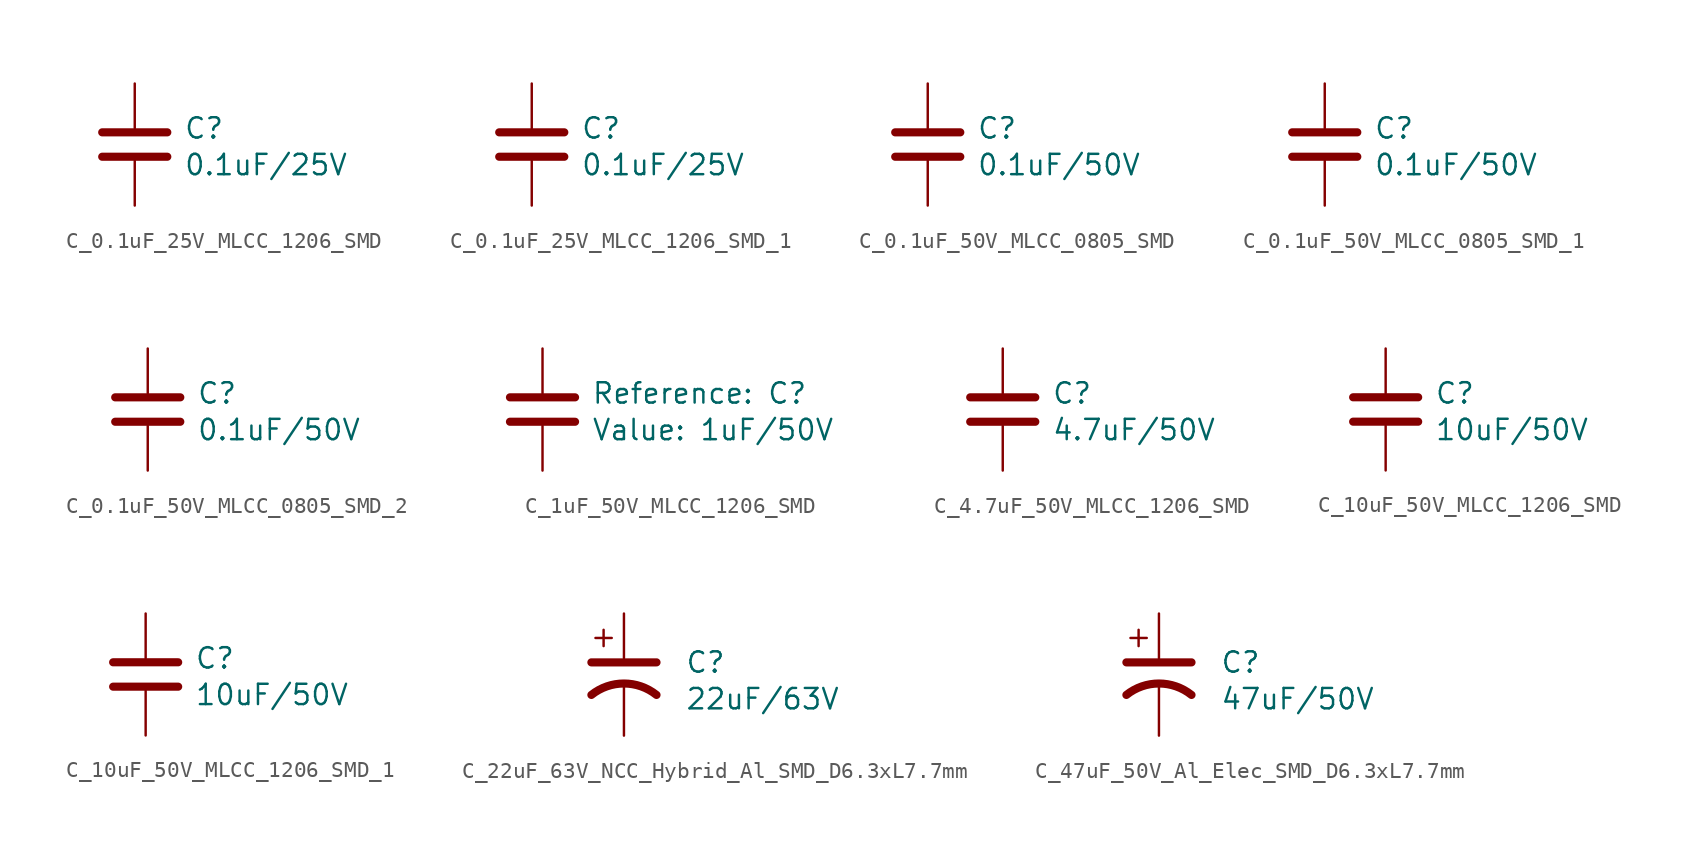
<source format=kicad_sym>
(kicad_symbol_lib
  (version 20241209)
  (generator "kicad_symbol_editor")
  (generator_version "9.0")
  (symbol "C_0.1uF_25V_MLCC_1206_SMD"
    (pin_numbers
      (hide yes))
    (pin_names
      (offset 0.254))
    (property "Reference" "C"
      (at 3.048 1.016 0)
      (effects (font (size 1.27 1.27)) (justify left)))
    (property "Value" "0.1uF/25V"
      (at 3.048 -1.27 0)
      (effects (font (size 1.27 1.27)) (justify left)))
    (symbol "C_0.1uF_25V_MLCC_1206_SMD_0_1"
      (polyline (pts (xy -2.032 0.762) (xy 2.032 0.762)) (stroke (width 0.508) (type default)) (fill (type none)))
      (polyline (pts (xy -2.032 -0.762) (xy 2.032 -0.762)) (stroke (width 0.508) (type default)) (fill (type none))))
    (symbol "C_0.1uF_25V_MLCC_1206_SMD_1_1"
      (pin passive line (at 0 3.81 270) (length 2.794) (name "~" (effects (font (size 1.27 1.27)))) (number "1" (effects (font (size 1.27 1.27)))))
      (pin passive line (at 0 -3.81 90) (length 2.794) (name "~" (effects (font (size 1.27 1.27)))) (number "2" (effects (font (size 1.27 1.27)))))))
  (symbol "C_0.1uF_25V_MLCC_1206_SMD_1"
    (pin_numbers
      (hide yes))
    (pin_names
      (offset 0.254))
    (property "Reference" "C"
      (at 3.048 1.016 0)
      (effects (font (size 1.27 1.27)) (justify left)))
    (property "Value" "0.1uF/25V"
      (at 3.048 -1.27 0)
      (effects (font (size 1.27 1.27)) (justify left)))
    (symbol "C_0.1uF_25V_MLCC_1206_SMD_1_0_1"
      (polyline (pts (xy -2.032 0.762) (xy 2.032 0.762)) (stroke (width 0.508) (type default)) (fill (type none)))
      (polyline (pts (xy -2.032 -0.762) (xy 2.032 -0.762)) (stroke (width 0.508) (type default)) (fill (type none))))
    (symbol "C_0.1uF_25V_MLCC_1206_SMD_1_1_1"
      (pin passive line (at 0 3.81 270) (length 2.794) (name "~" (effects (font (size 1.27 1.27)))) (number "1" (effects (font (size 1.27 1.27)))))
      (pin passive line (at 0 -3.81 90) (length 2.794) (name "~" (effects (font (size 1.27 1.27)))) (number "2" (effects (font (size 1.27 1.27)))))))
  (symbol "C_0.1uF_50V_MLCC_0805_SMD"
    (pin_numbers
      (hide yes))
    (pin_names
      (offset 0.254))
    (property "Reference" "C"
      (at 3.048 1.016 0)
      (effects (font (size 1.27 1.27)) (justify left)))
    (property "Value" "0.1uF/50V"
      (at 3.048 -1.27 0)
      (effects (font (size 1.27 1.27)) (justify left)))
    (symbol "C_0.1uF_50V_MLCC_0805_SMD_0_1"
      (polyline (pts (xy -2.032 0.762) (xy 2.032 0.762)) (stroke (width 0.508) (type default)) (fill (type none)))
      (polyline (pts (xy -2.032 -0.762) (xy 2.032 -0.762)) (stroke (width 0.508) (type default)) (fill (type none))))
    (symbol "C_0.1uF_50V_MLCC_0805_SMD_1_1"
      (pin passive line (at 0 3.81 270) (length 2.794) (name "~" (effects (font (size 1.27 1.27)))) (number "1" (effects (font (size 1.27 1.27)))))
      (pin passive line (at 0 -3.81 90) (length 2.794) (name "~" (effects (font (size 1.27 1.27)))) (number "2" (effects (font (size 1.27 1.27)))))))
  (symbol "C_0.1uF_50V_MLCC_0805_SMD_1"
    (pin_numbers
      (hide yes))
    (pin_names
      (offset 0.254))
    (property "Reference" "C"
      (at 3.048 1.016 0)
      (effects (font (size 1.27 1.27)) (justify left)))
    (property "Value" "0.1uF/50V"
      (at 3.048 -1.27 0)
      (effects (font (size 1.27 1.27)) (justify left)))
    (symbol "C_0.1uF_50V_MLCC_0805_SMD_1_0_1"
      (polyline (pts (xy -2.032 0.762) (xy 2.032 0.762)) (stroke (width 0.508) (type default)) (fill (type none)))
      (polyline (pts (xy -2.032 -0.762) (xy 2.032 -0.762)) (stroke (width 0.508) (type default)) (fill (type none))))
    (symbol "C_0.1uF_50V_MLCC_0805_SMD_1_1_1"
      (pin passive line (at 0 3.81 270) (length 2.794) (name "~" (effects (font (size 1.27 1.27)))) (number "1" (effects (font (size 1.27 1.27)))))
      (pin passive line (at 0 -3.81 90) (length 2.794) (name "~" (effects (font (size 1.27 1.27)))) (number "2" (effects (font (size 1.27 1.27)))))))
  (symbol "C_0.1uF_50V_MLCC_0805_SMD_2"
    (pin_numbers
      (hide yes))
    (pin_names
      (offset 0.254))
    (property "Reference" "C"
      (at 3.048 1.016 0)
      (effects (font (size 1.27 1.27)) (justify left)))
    (property "Value" "0.1uF/50V"
      (at 3.048 -1.27 0)
      (effects (font (size 1.27 1.27)) (justify left)))
    (symbol "C_0.1uF_50V_MLCC_0805_SMD_2_0_1"
      (polyline (pts (xy -2.032 0.762) (xy 2.032 0.762)) (stroke (width 0.508) (type default)) (fill (type none)))
      (polyline (pts (xy -2.032 -0.762) (xy 2.032 -0.762)) (stroke (width 0.508) (type default)) (fill (type none))))
    (symbol "C_0.1uF_50V_MLCC_0805_SMD_2_1_1"
      (pin passive line (at 0 3.81 270) (length 2.794) (name "~" (effects (font (size 1.27 1.27)))) (number "1" (effects (font (size 1.27 1.27)))))
      (pin passive line (at 0 -3.81 90) (length 2.794) (name "~" (effects (font (size 1.27 1.27)))) (number "2" (effects (font (size 1.27 1.27)))))))
  (symbol "C_1uF_50V_MLCC_1206_SMD"
    (pin_numbers
      (hide yes))
    (pin_names
      (offset 0.254))
    (property "Reference" "C"
      (at 3.048 1.016 0)
      (show_name)
      (effects (font (size 1.27 1.27)) (justify left)))
    (property "Value" "1uF/50V"
      (at 3.048 -1.27 0)
      (show_name)
      (effects (font (size 1.27 1.27)) (justify left)))
    (symbol "C_1uF_50V_MLCC_1206_SMD_0_1"
      (polyline (pts (xy -2.032 0.762) (xy 2.032 0.762)) (stroke (width 0.508) (type default)) (fill (type none)))
      (polyline (pts (xy -2.032 -0.762) (xy 2.032 -0.762)) (stroke (width 0.508) (type default)) (fill (type none))))
    (symbol "C_1uF_50V_MLCC_1206_SMD_1_1"
      (pin passive line (at 0 3.81 270) (length 2.794) (name "~" (effects (font (size 1.27 1.27)))) (number "1" (effects (font (size 1.27 1.27)))))
      (pin passive line (at 0 -3.81 90) (length 2.794) (name "~" (effects (font (size 1.27 1.27)))) (number "2" (effects (font (size 1.27 1.27)))))))
  (symbol "C_4.7uF_50V_MLCC_1206_SMD"
    (pin_numbers
      (hide yes))
    (pin_names
      (offset 0.254))
    (property "Reference" "C"
      (at 3.048 1.016 0)
      (effects (font (size 1.27 1.27)) (justify left)))
    (property "Value" "4.7uF/50V"
      (at 3.048 -1.27 0)
      (effects (font (size 1.27 1.27)) (justify left)))
    (symbol "C_4.7uF_50V_MLCC_1206_SMD_0_1"
      (polyline (pts (xy -2.032 0.762) (xy 2.032 0.762)) (stroke (width 0.508) (type default)) (fill (type none)))
      (polyline (pts (xy -2.032 -0.762) (xy 2.032 -0.762)) (stroke (width 0.508) (type default)) (fill (type none))))
    (symbol "C_4.7uF_50V_MLCC_1206_SMD_1_1"
      (pin passive line (at 0 3.81 270) (length 2.794) (name "~" (effects (font (size 1.27 1.27)))) (number "1" (effects (font (size 1.27 1.27)))))
      (pin passive line (at 0 -3.81 90) (length 2.794) (name "~" (effects (font (size 1.27 1.27)))) (number "2" (effects (font (size 1.27 1.27)))))))
  (symbol "C_10uF_50V_MLCC_1206_SMD"
    (pin_numbers
      (hide yes))
    (pin_names
      (offset 0.254))
    (property "Reference" "C"
      (at 3.048 1.016 0)
      (effects (font (size 1.27 1.27)) (justify left)))
    (property "Value" "10uF/50V"
      (at 3.048 -1.27 0)
      (effects (font (size 1.27 1.27)) (justify left)))
    (symbol "C_10uF_50V_MLCC_1206_SMD_0_1"
      (polyline (pts (xy -2.032 0.762) (xy 2.032 0.762)) (stroke (width 0.508) (type default)) (fill (type none)))
      (polyline (pts (xy -2.032 -0.762) (xy 2.032 -0.762)) (stroke (width 0.508) (type default)) (fill (type none))))
    (symbol "C_10uF_50V_MLCC_1206_SMD_1_1"
      (pin passive line (at 0 3.81 270) (length 2.794) (name "~" (effects (font (size 1.27 1.27)))) (number "1" (effects (font (size 1.27 1.27)))))
      (pin passive line (at 0 -3.81 90) (length 2.794) (name "~" (effects (font (size 1.27 1.27)))) (number "2" (effects (font (size 1.27 1.27)))))))
  (symbol "C_10uF_50V_MLCC_1206_SMD_1"
    (pin_numbers
      (hide yes))
    (pin_names
      (offset 0.254))
    (property "Reference" "C"
      (at 3.048 1.016 0)
      (effects (font (size 1.27 1.27)) (justify left)))
    (property "Value" "10uF/50V"
      (at 3.048 -1.27 0)
      (effects (font (size 1.27 1.27)) (justify left)))
    (symbol "C_10uF_50V_MLCC_1206_SMD_1_0_1"
      (polyline (pts (xy -2.032 0.762) (xy 2.032 0.762)) (stroke (width 0.508) (type default)) (fill (type none)))
      (polyline (pts (xy -2.032 -0.762) (xy 2.032 -0.762)) (stroke (width 0.508) (type default)) (fill (type none))))
    (symbol "C_10uF_50V_MLCC_1206_SMD_1_1_1"
      (pin passive line (at 0 3.81 270) (length 2.794) (name "~" (effects (font (size 1.27 1.27)))) (number "1" (effects (font (size 1.27 1.27)))))
      (pin passive line (at 0 -3.81 90) (length 2.794) (name "~" (effects (font (size 1.27 1.27)))) (number "2" (effects (font (size 1.27 1.27)))))))
  (symbol "C_22uF_63V_NCC_Hybrid_Al_SMD_D6.3xL7.7mm"
    (pin_numbers
      (hide yes))
    (pin_names
      (offset 0.254)
      (hide yes))
    (property "Reference" "C"
      (at 3.81 0.762 0)
      (effects (font (size 1.27 1.27)) (justify left)))
    (property "Value" "22uF/63V"
      (at 3.81 -1.524 0)
      (effects (font (size 1.27 1.27)) (justify left)))
    (symbol "C_22uF_63V_NCC_Hybrid_Al_SMD_D6.3xL7.7mm_0_1"
      (polyline (pts (xy -2.032 0.762) (xy 2.032 0.762)) (stroke (width 0.508) (type default)) (fill (type none)))
      (polyline (pts (xy -1.778 2.286) (xy -0.762 2.286)) (stroke (width 0) (type default)) (fill (type none)))
      (polyline (pts (xy -1.27 1.778) (xy -1.27 2.794)) (stroke (width 0) (type default)) (fill (type none)))
      (arc (start -2.032 -1.27) (mid 0 -0.5572) (end 2.032 -1.27) (stroke (width 0.508) (type default)) (fill (type none))))
    (symbol "C_22uF_63V_NCC_Hybrid_Al_SMD_D6.3xL7.7mm_1_1"
      (pin passive line (at 0 3.81 270) (length 2.794) (name "~" (effects (font (size 1.27 1.27)))) (number "1" (effects (font (size 1.27 1.27)))))
      (pin passive line (at 0 -3.81 90) (length 3.302) (name "~" (effects (font (size 1.27 1.27)))) (number "2" (effects (font (size 1.27 1.27)))))))
  (symbol "C_47uF_50V_Al_Elec_SMD_D6.3xL7.7mm"
    (pin_numbers
      (hide yes))
    (pin_names
      (offset 0.254)
      (hide yes))
    (property "Reference" "C"
      (at 3.81 0.762 0)
      (effects (font (size 1.27 1.27)) (justify left)))
    (property "Value" "47uF/50V"
      (at 3.81 -1.524 0)
      (effects (font (size 1.27 1.27)) (justify left)))
    (symbol "C_47uF_50V_Al_Elec_SMD_D6.3xL7.7mm_0_1"
      (polyline (pts (xy -2.032 0.762) (xy 2.032 0.762)) (stroke (width 0.508) (type default)) (fill (type none)))
      (polyline (pts (xy -1.778 2.286) (xy -0.762 2.286)) (stroke (width 0) (type default)) (fill (type none)))
      (polyline (pts (xy -1.27 1.778) (xy -1.27 2.794)) (stroke (width 0) (type default)) (fill (type none)))
      (arc (start -2.032 -1.27) (mid 0 -0.5572) (end 2.032 -1.27) (stroke (width 0.508) (type default)) (fill (type none))))
    (symbol "C_47uF_50V_Al_Elec_SMD_D6.3xL7.7mm_1_1"
      (pin passive line (at 0 3.81 270) (length 2.794) (name "~" (effects (font (size 1.27 1.27)))) (number "1" (effects (font (size 1.27 1.27)))))
      (pin passive line (at 0 -3.81 90) (length 3.302) (name "~" (effects (font (size 1.27 1.27)))) (number "2" (effects (font (size 1.27 1.27))))))))
</source>
